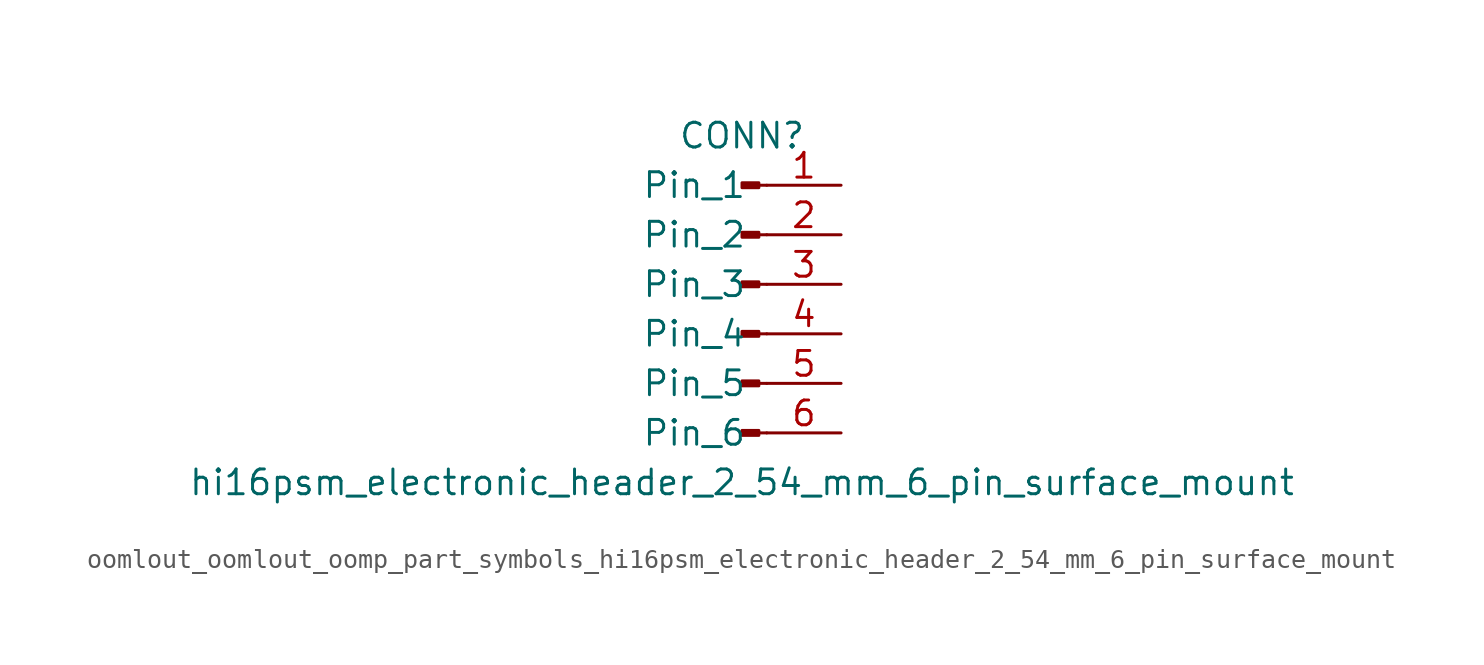
<source format=kicad_sym>
(kicad_symbol_lib
  (version 20220914)
  (generator kicad_symbol_editor)
  (symbol "oomlout_oomlout_oomp_part_symbols_hi16psm_electronic_header_2_54_mm_6_pin_surface_mount"
    (pin_names
      (offset 1.016))
    (property "Reference" "CONN"
      (at 0 7.62 0)
      (effects (font (size 1.27 1.27))))
    (property "Value" "hi16psm_electronic_header_2_54_mm_6_pin_surface_mount"
      (at 0 -10.16 0)
      (effects (font (size 1.27 1.27))))
    (property "ki_locked" ""
      (at 0 0 0)
      (effects (font (size 1.27 1.27))))
    (symbol "oomlout_oomlout_oomp_part_symbols_hi16psm_electronic_header_2_54_mm_6_pin_surface_mount_1_1"
      (polyline (pts (xy 1.27 -7.62) (xy 0.864 -7.62)) (stroke (width 0.152) (type default)) (fill (type none)))
      (polyline (pts (xy 1.27 -5.08) (xy 0.864 -5.08)) (stroke (width 0.152) (type default)) (fill (type none)))
      (polyline (pts (xy 1.27 -2.54) (xy 0.864 -2.54)) (stroke (width 0.152) (type default)) (fill (type none)))
      (polyline (pts (xy 1.27 0) (xy 0.864 0)) (stroke (width 0.152) (type default)) (fill (type none)))
      (polyline (pts (xy 1.27 2.54) (xy 0.864 2.54)) (stroke (width 0.152) (type default)) (fill (type none)))
      (polyline (pts (xy 1.27 5.08) (xy 0.864 5.08)) (stroke (width 0.152) (type default)) (fill (type none)))
      (rectangle (start 0.864 -7.493) (end 0 -7.747) (stroke (width 0.152) (type default)) (fill (type outline)))
      (rectangle (start 0.864 -4.953) (end 0 -5.207) (stroke (width 0.152) (type default)) (fill (type outline)))
      (rectangle (start 0.864 -2.413) (end 0 -2.667) (stroke (width 0.152) (type default)) (fill (type outline)))
      (rectangle (start 0.864 0.127) (end 0 -0.127) (stroke (width 0.152) (type default)) (fill (type outline)))
      (rectangle (start 0.864 2.667) (end 0 2.413) (stroke (width 0.152) (type default)) (fill (type outline)))
      (rectangle (start 0.864 5.207) (end 0 4.953) (stroke (width 0.152) (type default)) (fill (type outline)))
      (pin passive line (at 5.08 5.08 180) (length 3.81) (name "Pin_1" (effects (font (size 1.27 1.27)))) (number "1" (effects (font (size 1.27 1.27)))))
      (pin passive line (at 5.08 2.54 180) (length 3.81) (name "Pin_2" (effects (font (size 1.27 1.27)))) (number "2" (effects (font (size 1.27 1.27)))))
      (pin passive line (at 5.08 0 180) (length 3.81) (name "Pin_3" (effects (font (size 1.27 1.27)))) (number "3" (effects (font (size 1.27 1.27)))))
      (pin passive line (at 5.08 -2.54 180) (length 3.81) (name "Pin_4" (effects (font (size 1.27 1.27)))) (number "4" (effects (font (size 1.27 1.27)))))
      (pin passive line (at 5.08 -5.08 180) (length 3.81) (name "Pin_5" (effects (font (size 1.27 1.27)))) (number "5" (effects (font (size 1.27 1.27)))))
      (pin passive line (at 5.08 -7.62 180) (length 3.81) (name "Pin_6" (effects (font (size 1.27 1.27)))) (number "6" (effects (font (size 1.27 1.27))))))))
</source>
